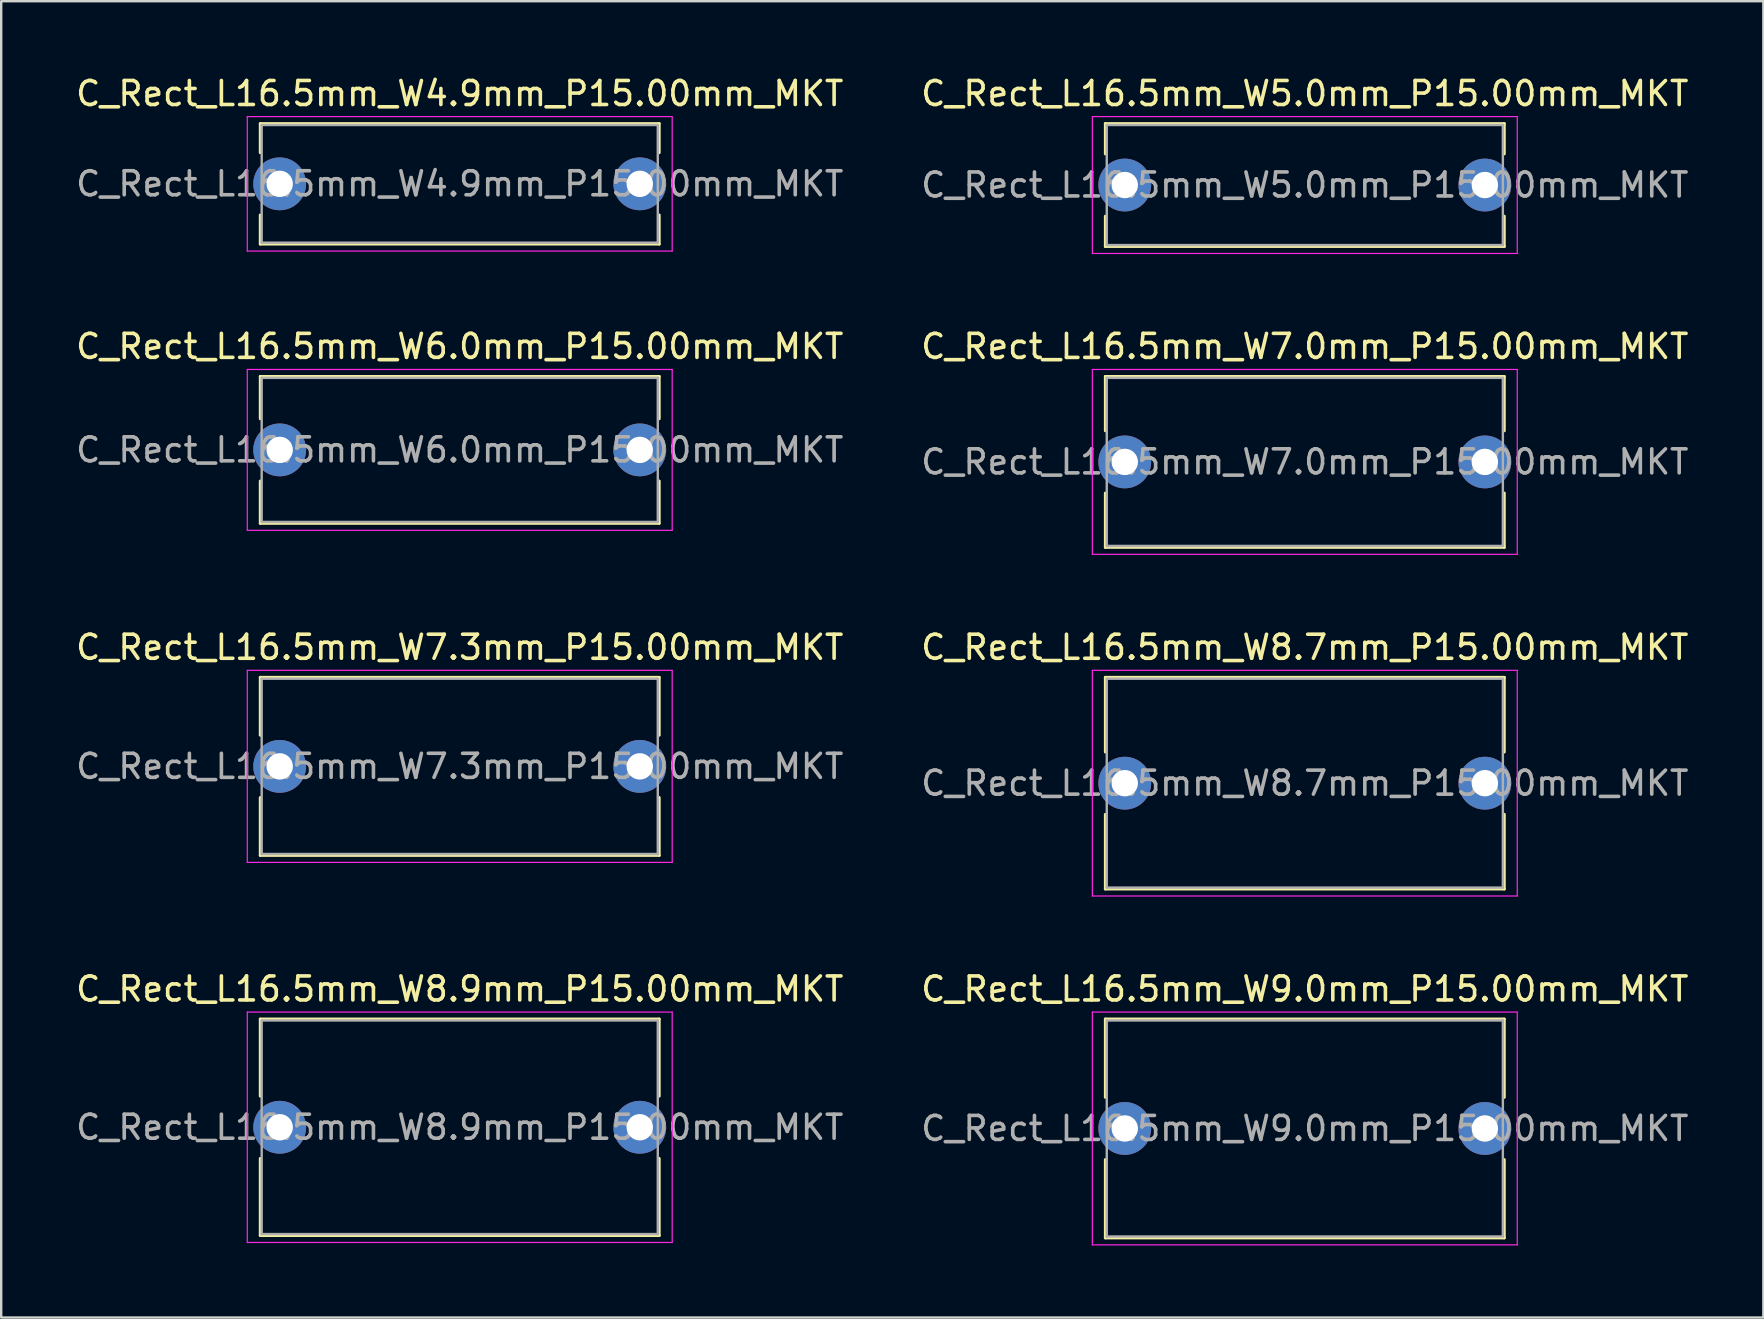
<source format=kicad_pcb>
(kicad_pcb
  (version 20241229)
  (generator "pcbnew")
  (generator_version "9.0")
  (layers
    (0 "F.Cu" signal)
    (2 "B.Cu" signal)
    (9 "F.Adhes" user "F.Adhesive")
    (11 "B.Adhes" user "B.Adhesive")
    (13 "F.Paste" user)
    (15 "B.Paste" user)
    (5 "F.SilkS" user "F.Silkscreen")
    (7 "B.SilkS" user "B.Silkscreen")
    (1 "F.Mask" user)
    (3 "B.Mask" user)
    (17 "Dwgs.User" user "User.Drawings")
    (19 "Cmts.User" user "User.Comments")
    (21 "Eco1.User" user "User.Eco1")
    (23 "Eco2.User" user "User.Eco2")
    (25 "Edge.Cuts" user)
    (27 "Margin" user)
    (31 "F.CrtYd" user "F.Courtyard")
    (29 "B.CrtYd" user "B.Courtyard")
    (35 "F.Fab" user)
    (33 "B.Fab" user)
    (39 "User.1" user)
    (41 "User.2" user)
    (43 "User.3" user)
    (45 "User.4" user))
  (footprint "C_Rect_L16.5mm_W6.0mm_P15.00mm_MKT"
    (layer "F.Cu")
    (at 8.601 15.691)
    (property "Reference" "C_Rect_L16.5mm_W6.0mm_P15.00mm_MKT" (at 7.5 -4.31 0) (layer "F.SilkS") (effects (font (size 1 1) (thickness 0.15))))
    (attr through_hole)
    (fp_line (start -0.81 -3.06) (end -0.81 -1.296) (stroke (width 0.12) (type solid)) (layer "F.SilkS"))
    (fp_line (start -0.81 -3.06) (end 15.81 -3.06) (stroke (width 0.12) (type solid)) (layer "F.SilkS"))
    (fp_line (start -0.81 1.296) (end -0.81 3.06) (stroke (width 0.12) (type solid)) (layer "F.SilkS"))
    (fp_line (start -0.81 3.06) (end 15.81 3.06) (stroke (width 0.12) (type solid)) (layer "F.SilkS"))
    (fp_line (start 15.81 -3.06) (end 15.81 -1.296) (stroke (width 0.12) (type solid)) (layer "F.SilkS"))
    (fp_line (start 15.81 1.296) (end 15.81 3.06) (stroke (width 0.12) (type solid)) (layer "F.SilkS"))
    (fp_line (start -1.35 -3.35) (end -1.35 3.35) (stroke (width 0.05) (type solid)) (layer "F.CrtYd"))
    (fp_line (start -1.35 3.35) (end 16.35 3.35) (stroke (width 0.05) (type solid)) (layer "F.CrtYd"))
    (fp_line (start 16.35 -3.35) (end -1.35 -3.35) (stroke (width 0.05) (type solid)) (layer "F.CrtYd"))
    (fp_line (start 16.35 3.35) (end 16.35 -3.35) (stroke (width 0.05) (type solid)) (layer "F.CrtYd"))
    (fp_line (start -0.75 -3) (end -0.75 3) (stroke (width 0.1) (type solid)) (layer "F.Fab"))
    (fp_line (start -0.75 3) (end 15.75 3) (stroke (width 0.1) (type solid)) (layer "F.Fab"))
    (fp_line (start 15.75 -3) (end -0.75 -3) (stroke (width 0.1) (type solid)) (layer "F.Fab"))
    (fp_line (start 15.75 3) (end 15.75 -3) (stroke (width 0.1) (type solid)) (layer "F.Fab"))
    (fp_text user "${REFERENCE}" (at 7.5 0 0) (layer "F.Fab") (effects (font (size 1 1) (thickness 0.15))))
    (pad "1" thru_hole circle (at 0 0) (size 2.2 2.2) (drill 1.1) (layers "*.Cu" "*.Mask"))
    (pad "2" thru_hole circle (at 15 0) (size 2.2 2.2) (drill 1.1) (layers "*.Cu" "*.Mask")))
  (footprint "C_Rect_L16.5mm_W8.9mm_P15.00mm_MKT"
    (layer "F.Cu")
    (at 8.601 43.908)
    (property "Reference" "C_Rect_L16.5mm_W8.9mm_P15.00mm_MKT" (at 7.5 -5.76 0) (layer "F.SilkS") (effects (font (size 1 1) (thickness 0.15))))
    (attr through_hole)
    (fp_line (start -0.81 -4.51) (end -0.81 -1.296) (stroke (width 0.12) (type solid)) (layer "F.SilkS"))
    (fp_line (start -0.81 -4.51) (end 15.81 -4.51) (stroke (width 0.12) (type solid)) (layer "F.SilkS"))
    (fp_line (start -0.81 1.296) (end -0.81 4.51) (stroke (width 0.12) (type solid)) (layer "F.SilkS"))
    (fp_line (start -0.81 4.51) (end 15.81 4.51) (stroke (width 0.12) (type solid)) (layer "F.SilkS"))
    (fp_line (start 15.81 -4.51) (end 15.81 -1.296) (stroke (width 0.12) (type solid)) (layer "F.SilkS"))
    (fp_line (start 15.81 1.296) (end 15.81 4.51) (stroke (width 0.12) (type solid)) (layer "F.SilkS"))
    (fp_line (start -1.35 -4.8) (end -1.35 4.8) (stroke (width 0.05) (type solid)) (layer "F.CrtYd"))
    (fp_line (start -1.35 4.8) (end 16.35 4.8) (stroke (width 0.05) (type solid)) (layer "F.CrtYd"))
    (fp_line (start 16.35 -4.8) (end -1.35 -4.8) (stroke (width 0.05) (type solid)) (layer "F.CrtYd"))
    (fp_line (start 16.35 4.8) (end 16.35 -4.8) (stroke (width 0.05) (type solid)) (layer "F.CrtYd"))
    (fp_line (start -0.75 -4.45) (end -0.75 4.45) (stroke (width 0.1) (type solid)) (layer "F.Fab"))
    (fp_line (start -0.75 4.45) (end 15.75 4.45) (stroke (width 0.1) (type solid)) (layer "F.Fab"))
    (fp_line (start 15.75 -4.45) (end -0.75 -4.45) (stroke (width 0.1) (type solid)) (layer "F.Fab"))
    (fp_line (start 15.75 4.45) (end 15.75 -4.45) (stroke (width 0.1) (type solid)) (layer "F.Fab"))
    (fp_text user "${REFERENCE}" (at 7.5 0 0) (layer "F.Fab") (effects (font (size 1 1) (thickness 0.15))))
    (pad "1" thru_hole circle (at 0 0) (size 2.2 2.2) (drill 1.1) (layers "*.Cu" "*.Mask"))
    (pad "2" thru_hole circle (at 15 0) (size 2.2 2.2) (drill 1.1) (layers "*.Cu" "*.Mask")))
  (footprint "C_Rect_L16.5mm_W5.0mm_P15.00mm_MKT"
    (layer "F.Cu")
    (at 43.804 4.658)
    (property "Reference" "C_Rect_L16.5mm_W5.0mm_P15.00mm_MKT" (at 7.5 -3.81 0) (layer "F.SilkS") (effects (font (size 1 1) (thickness 0.15))))
    (attr through_hole)
    (fp_line (start -0.81 -2.56) (end -0.81 -1.296) (stroke (width 0.12) (type solid)) (layer "F.SilkS"))
    (fp_line (start -0.81 -2.56) (end 15.81 -2.56) (stroke (width 0.12) (type solid)) (layer "F.SilkS"))
    (fp_line (start -0.81 1.296) (end -0.81 2.56) (stroke (width 0.12) (type solid)) (layer "F.SilkS"))
    (fp_line (start -0.81 2.56) (end 15.81 2.56) (stroke (width 0.12) (type solid)) (layer "F.SilkS"))
    (fp_line (start 15.81 -2.56) (end 15.81 -1.296) (stroke (width 0.12) (type solid)) (layer "F.SilkS"))
    (fp_line (start 15.81 1.296) (end 15.81 2.56) (stroke (width 0.12) (type solid)) (layer "F.SilkS"))
    (fp_line (start -1.35 -2.85) (end -1.35 2.85) (stroke (width 0.05) (type solid)) (layer "F.CrtYd"))
    (fp_line (start -1.35 2.85) (end 16.35 2.85) (stroke (width 0.05) (type solid)) (layer "F.CrtYd"))
    (fp_line (start 16.35 -2.85) (end -1.35 -2.85) (stroke (width 0.05) (type solid)) (layer "F.CrtYd"))
    (fp_line (start 16.35 2.85) (end 16.35 -2.85) (stroke (width 0.05) (type solid)) (layer "F.CrtYd"))
    (fp_line (start -0.75 -2.5) (end -0.75 2.5) (stroke (width 0.1) (type solid)) (layer "F.Fab"))
    (fp_line (start -0.75 2.5) (end 15.75 2.5) (stroke (width 0.1) (type solid)) (layer "F.Fab"))
    (fp_line (start 15.75 -2.5) (end -0.75 -2.5) (stroke (width 0.1) (type solid)) (layer "F.Fab"))
    (fp_line (start 15.75 2.5) (end 15.75 -2.5) (stroke (width 0.1) (type solid)) (layer "F.Fab"))
    (fp_text user "${REFERENCE}" (at 7.5 0 0) (layer "F.Fab") (effects (font (size 1 1) (thickness 0.15))))
    (pad "1" thru_hole circle (at 0 0) (size 2.2 2.2) (drill 1.1) (layers "*.Cu" "*.Mask"))
    (pad "2" thru_hole circle (at 15 0) (size 2.2 2.2) (drill 1.1) (layers "*.Cu" "*.Mask")))
  (footprint "C_Rect_L16.5mm_W7.0mm_P15.00mm_MKT"
    (layer "F.Cu")
    (at 43.804 16.192)
    (property "Reference" "C_Rect_L16.5mm_W7.0mm_P15.00mm_MKT" (at 7.5 -4.81 0) (layer "F.SilkS") (effects (font (size 1 1) (thickness 0.15))))
    (attr through_hole)
    (fp_line (start -0.81 -3.56) (end -0.81 -1.296) (stroke (width 0.12) (type solid)) (layer "F.SilkS"))
    (fp_line (start -0.81 -3.56) (end 15.81 -3.56) (stroke (width 0.12) (type solid)) (layer "F.SilkS"))
    (fp_line (start -0.81 1.296) (end -0.81 3.56) (stroke (width 0.12) (type solid)) (layer "F.SilkS"))
    (fp_line (start -0.81 3.56) (end 15.81 3.56) (stroke (width 0.12) (type solid)) (layer "F.SilkS"))
    (fp_line (start 15.81 -3.56) (end 15.81 -1.296) (stroke (width 0.12) (type solid)) (layer "F.SilkS"))
    (fp_line (start 15.81 1.296) (end 15.81 3.56) (stroke (width 0.12) (type solid)) (layer "F.SilkS"))
    (fp_line (start -1.35 -3.85) (end -1.35 3.85) (stroke (width 0.05) (type solid)) (layer "F.CrtYd"))
    (fp_line (start -1.35 3.85) (end 16.35 3.85) (stroke (width 0.05) (type solid)) (layer "F.CrtYd"))
    (fp_line (start 16.35 -3.85) (end -1.35 -3.85) (stroke (width 0.05) (type solid)) (layer "F.CrtYd"))
    (fp_line (start 16.35 3.85) (end 16.35 -3.85) (stroke (width 0.05) (type solid)) (layer "F.CrtYd"))
    (fp_line (start -0.75 -3.5) (end -0.75 3.5) (stroke (width 0.1) (type solid)) (layer "F.Fab"))
    (fp_line (start -0.75 3.5) (end 15.75 3.5) (stroke (width 0.1) (type solid)) (layer "F.Fab"))
    (fp_line (start 15.75 -3.5) (end -0.75 -3.5) (stroke (width 0.1) (type solid)) (layer "F.Fab"))
    (fp_line (start 15.75 3.5) (end 15.75 -3.5) (stroke (width 0.1) (type solid)) (layer "F.Fab"))
    (fp_text user "${REFERENCE}" (at 7.5 0 0) (layer "F.Fab") (effects (font (size 1 1) (thickness 0.15))))
    (pad "1" thru_hole circle (at 0 0) (size 2.2 2.2) (drill 1.1) (layers "*.Cu" "*.Mask"))
    (pad "2" thru_hole circle (at 15 0) (size 2.2 2.2) (drill 1.1) (layers "*.Cu" "*.Mask")))
  (footprint "C_Rect_L16.5mm_W4.9mm_P15.00mm_MKT"
    (layer "F.Cu")
    (at 8.601 4.608)
    (property "Reference" "C_Rect_L16.5mm_W4.9mm_P15.00mm_MKT" (at 7.5 -3.76 0) (layer "F.SilkS") (effects (font (size 1 1) (thickness 0.15))))
    (attr through_hole)
    (fp_line (start -0.81 -2.51) (end -0.81 -1.296) (stroke (width 0.12) (type solid)) (layer "F.SilkS"))
    (fp_line (start -0.81 -2.51) (end 15.81 -2.51) (stroke (width 0.12) (type solid)) (layer "F.SilkS"))
    (fp_line (start -0.81 1.296) (end -0.81 2.51) (stroke (width 0.12) (type solid)) (layer "F.SilkS"))
    (fp_line (start -0.81 2.51) (end 15.81 2.51) (stroke (width 0.12) (type solid)) (layer "F.SilkS"))
    (fp_line (start 15.81 -2.51) (end 15.81 -1.296) (stroke (width 0.12) (type solid)) (layer "F.SilkS"))
    (fp_line (start 15.81 1.296) (end 15.81 2.51) (stroke (width 0.12) (type solid)) (layer "F.SilkS"))
    (fp_line (start -1.35 -2.8) (end -1.35 2.8) (stroke (width 0.05) (type solid)) (layer "F.CrtYd"))
    (fp_line (start -1.35 2.8) (end 16.35 2.8) (stroke (width 0.05) (type solid)) (layer "F.CrtYd"))
    (fp_line (start 16.35 -2.8) (end -1.35 -2.8) (stroke (width 0.05) (type solid)) (layer "F.CrtYd"))
    (fp_line (start 16.35 2.8) (end 16.35 -2.8) (stroke (width 0.05) (type solid)) (layer "F.CrtYd"))
    (fp_line (start -0.75 -2.45) (end -0.75 2.45) (stroke (width 0.1) (type solid)) (layer "F.Fab"))
    (fp_line (start -0.75 2.45) (end 15.75 2.45) (stroke (width 0.1) (type solid)) (layer "F.Fab"))
    (fp_line (start 15.75 -2.45) (end -0.75 -2.45) (stroke (width 0.1) (type solid)) (layer "F.Fab"))
    (fp_line (start 15.75 2.45) (end 15.75 -2.45) (stroke (width 0.1) (type solid)) (layer "F.Fab"))
    (fp_text user "${REFERENCE}" (at 7.5 0 0) (layer "F.Fab") (effects (font (size 1 1) (thickness 0.15))))
    (pad "1" thru_hole circle (at 0 0) (size 2.2 2.2) (drill 1.1) (layers "*.Cu" "*.Mask"))
    (pad "2" thru_hole circle (at 15 0) (size 2.2 2.2) (drill 1.1) (layers "*.Cu" "*.Mask")))
  (footprint "C_Rect_L16.5mm_W8.7mm_P15.00mm_MKT"
    (layer "F.Cu")
    (at 43.804 29.575)
    (property "Reference" "C_Rect_L16.5mm_W8.7mm_P15.00mm_MKT" (at 7.5 -5.66 0) (layer "F.SilkS") (effects (font (size 1 1) (thickness 0.15))))
    (attr through_hole)
    (fp_line (start -0.81 -4.41) (end -0.81 -1.296) (stroke (width 0.12) (type solid)) (layer "F.SilkS"))
    (fp_line (start -0.81 -4.41) (end 15.81 -4.41) (stroke (width 0.12) (type solid)) (layer "F.SilkS"))
    (fp_line (start -0.81 1.296) (end -0.81 4.41) (stroke (width 0.12) (type solid)) (layer "F.SilkS"))
    (fp_line (start -0.81 4.41) (end 15.81 4.41) (stroke (width 0.12) (type solid)) (layer "F.SilkS"))
    (fp_line (start 15.81 -4.41) (end 15.81 -1.296) (stroke (width 0.12) (type solid)) (layer "F.SilkS"))
    (fp_line (start 15.81 1.296) (end 15.81 4.41) (stroke (width 0.12) (type solid)) (layer "F.SilkS"))
    (fp_line (start -1.35 -4.7) (end -1.35 4.7) (stroke (width 0.05) (type solid)) (layer "F.CrtYd"))
    (fp_line (start -1.35 4.7) (end 16.35 4.7) (stroke (width 0.05) (type solid)) (layer "F.CrtYd"))
    (fp_line (start 16.35 -4.7) (end -1.35 -4.7) (stroke (width 0.05) (type solid)) (layer "F.CrtYd"))
    (fp_line (start 16.35 4.7) (end 16.35 -4.7) (stroke (width 0.05) (type solid)) (layer "F.CrtYd"))
    (fp_line (start -0.75 -4.35) (end -0.75 4.35) (stroke (width 0.1) (type solid)) (layer "F.Fab"))
    (fp_line (start -0.75 4.35) (end 15.75 4.35) (stroke (width 0.1) (type solid)) (layer "F.Fab"))
    (fp_line (start 15.75 -4.35) (end -0.75 -4.35) (stroke (width 0.1) (type solid)) (layer "F.Fab"))
    (fp_line (start 15.75 4.35) (end 15.75 -4.35) (stroke (width 0.1) (type solid)) (layer "F.Fab"))
    (fp_text user "${REFERENCE}" (at 7.5 0 0) (layer "F.Fab") (effects (font (size 1 1) (thickness 0.15))))
    (pad "1" thru_hole circle (at 0 0) (size 2.2 2.2) (drill 1.1) (layers "*.Cu" "*.Mask"))
    (pad "2" thru_hole circle (at 15 0) (size 2.2 2.2) (drill 1.1) (layers "*.Cu" "*.Mask")))
  (footprint "C_Rect_L16.5mm_W7.3mm_P15.00mm_MKT"
    (layer "F.Cu")
    (at 8.601 28.875)
    (property "Reference" "C_Rect_L16.5mm_W7.3mm_P15.00mm_MKT" (at 7.5 -4.96 0) (layer "F.SilkS") (effects (font (size 1 1) (thickness 0.15))))
    (attr through_hole)
    (fp_line (start -0.81 -3.71) (end -0.81 -1.296) (stroke (width 0.12) (type solid)) (layer "F.SilkS"))
    (fp_line (start -0.81 -3.71) (end 15.81 -3.71) (stroke (width 0.12) (type solid)) (layer "F.SilkS"))
    (fp_line (start -0.81 1.296) (end -0.81 3.71) (stroke (width 0.12) (type solid)) (layer "F.SilkS"))
    (fp_line (start -0.81 3.71) (end 15.81 3.71) (stroke (width 0.12) (type solid)) (layer "F.SilkS"))
    (fp_line (start 15.81 -3.71) (end 15.81 -1.296) (stroke (width 0.12) (type solid)) (layer "F.SilkS"))
    (fp_line (start 15.81 1.296) (end 15.81 3.71) (stroke (width 0.12) (type solid)) (layer "F.SilkS"))
    (fp_line (start -1.35 -4) (end -1.35 4) (stroke (width 0.05) (type solid)) (layer "F.CrtYd"))
    (fp_line (start -1.35 4) (end 16.35 4) (stroke (width 0.05) (type solid)) (layer "F.CrtYd"))
    (fp_line (start 16.35 -4) (end -1.35 -4) (stroke (width 0.05) (type solid)) (layer "F.CrtYd"))
    (fp_line (start 16.35 4) (end 16.35 -4) (stroke (width 0.05) (type solid)) (layer "F.CrtYd"))
    (fp_line (start -0.75 -3.65) (end -0.75 3.65) (stroke (width 0.1) (type solid)) (layer "F.Fab"))
    (fp_line (start -0.75 3.65) (end 15.75 3.65) (stroke (width 0.1) (type solid)) (layer "F.Fab"))
    (fp_line (start 15.75 -3.65) (end -0.75 -3.65) (stroke (width 0.1) (type solid)) (layer "F.Fab"))
    (fp_line (start 15.75 3.65) (end 15.75 -3.65) (stroke (width 0.1) (type solid)) (layer "F.Fab"))
    (fp_text user "${REFERENCE}" (at 7.5 0 0) (layer "F.Fab") (effects (font (size 1 1) (thickness 0.15))))
    (pad "1" thru_hole circle (at 0 0) (size 2.2 2.2) (drill 1.1) (layers "*.Cu" "*.Mask"))
    (pad "2" thru_hole circle (at 15 0) (size 2.2 2.2) (drill 1.1) (layers "*.Cu" "*.Mask")))
  (footprint "C_Rect_L16.5mm_W9.0mm_P15.00mm_MKT"
    (layer "F.Cu")
    (at 43.804 43.958)
    (property "Reference" "C_Rect_L16.5mm_W9.0mm_P15.00mm_MKT" (at 7.5 -5.81 0) (layer "F.SilkS") (effects (font (size 1 1) (thickness 0.15))))
    (attr through_hole)
    (fp_line (start -0.81 -4.56) (end -0.81 -1.296) (stroke (width 0.12) (type solid)) (layer "F.SilkS"))
    (fp_line (start -0.81 -4.56) (end 15.81 -4.56) (stroke (width 0.12) (type solid)) (layer "F.SilkS"))
    (fp_line (start -0.81 1.296) (end -0.81 4.56) (stroke (width 0.12) (type solid)) (layer "F.SilkS"))
    (fp_line (start -0.81 4.56) (end 15.81 4.56) (stroke (width 0.12) (type solid)) (layer "F.SilkS"))
    (fp_line (start 15.81 -4.56) (end 15.81 -1.296) (stroke (width 0.12) (type solid)) (layer "F.SilkS"))
    (fp_line (start 15.81 1.296) (end 15.81 4.56) (stroke (width 0.12) (type solid)) (layer "F.SilkS"))
    (fp_line (start -1.35 -4.85) (end -1.35 4.85) (stroke (width 0.05) (type solid)) (layer "F.CrtYd"))
    (fp_line (start -1.35 4.85) (end 16.35 4.85) (stroke (width 0.05) (type solid)) (layer "F.CrtYd"))
    (fp_line (start 16.35 -4.85) (end -1.35 -4.85) (stroke (width 0.05) (type solid)) (layer "F.CrtYd"))
    (fp_line (start 16.35 4.85) (end 16.35 -4.85) (stroke (width 0.05) (type solid)) (layer "F.CrtYd"))
    (fp_line (start -0.75 -4.5) (end -0.75 4.5) (stroke (width 0.1) (type solid)) (layer "F.Fab"))
    (fp_line (start -0.75 4.5) (end 15.75 4.5) (stroke (width 0.1) (type solid)) (layer "F.Fab"))
    (fp_line (start 15.75 -4.5) (end -0.75 -4.5) (stroke (width 0.1) (type solid)) (layer "F.Fab"))
    (fp_line (start 15.75 4.5) (end 15.75 -4.5) (stroke (width 0.1) (type solid)) (layer "F.Fab"))
    (fp_text user "${REFERENCE}" (at 7.5 0 0) (layer "F.Fab") (effects (font (size 1 1) (thickness 0.15))))
    (pad "1" thru_hole circle (at 0 0) (size 2.2 2.2) (drill 1.1) (layers "*.Cu" "*.Mask"))
    (pad "2" thru_hole circle (at 15 0) (size 2.2 2.2) (drill 1.1) (layers "*.Cu" "*.Mask")))
  (gr_rect
    (start -3 -3)
    (end 70.405 51.833)
    (stroke (width 0.1) (type default))
    (fill no)
    (layer "Edge.Cuts")))
</source>
